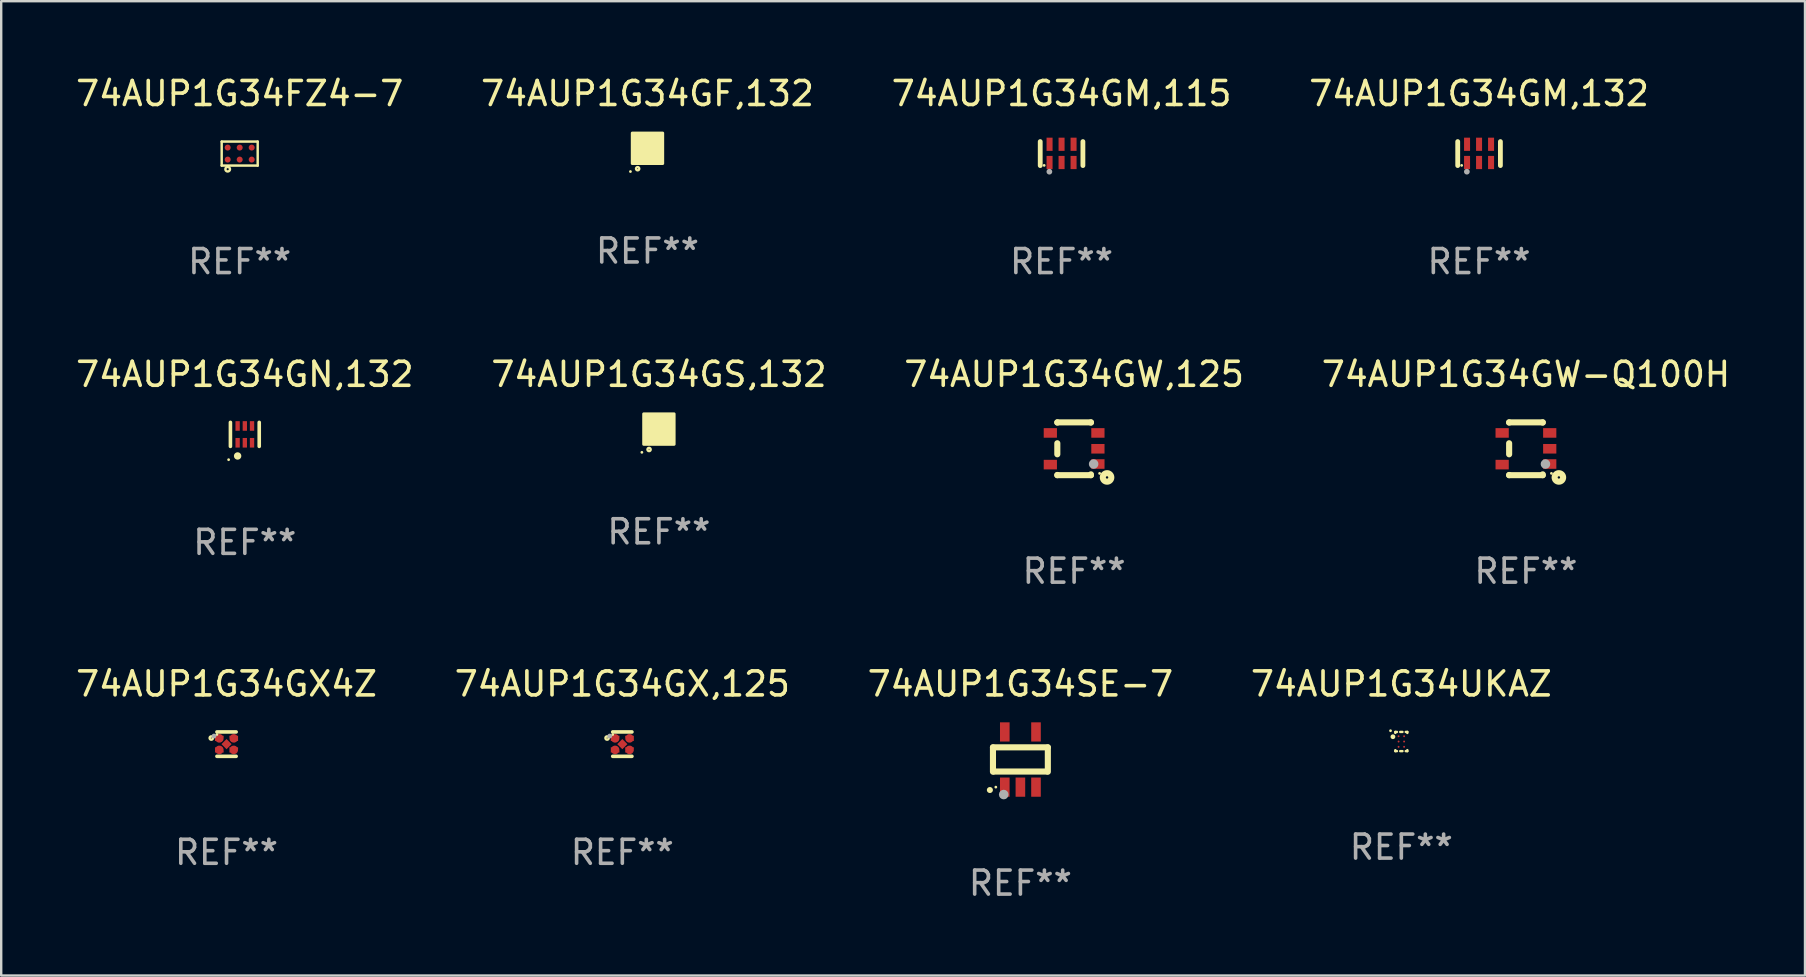
<source format=kicad_pcb>
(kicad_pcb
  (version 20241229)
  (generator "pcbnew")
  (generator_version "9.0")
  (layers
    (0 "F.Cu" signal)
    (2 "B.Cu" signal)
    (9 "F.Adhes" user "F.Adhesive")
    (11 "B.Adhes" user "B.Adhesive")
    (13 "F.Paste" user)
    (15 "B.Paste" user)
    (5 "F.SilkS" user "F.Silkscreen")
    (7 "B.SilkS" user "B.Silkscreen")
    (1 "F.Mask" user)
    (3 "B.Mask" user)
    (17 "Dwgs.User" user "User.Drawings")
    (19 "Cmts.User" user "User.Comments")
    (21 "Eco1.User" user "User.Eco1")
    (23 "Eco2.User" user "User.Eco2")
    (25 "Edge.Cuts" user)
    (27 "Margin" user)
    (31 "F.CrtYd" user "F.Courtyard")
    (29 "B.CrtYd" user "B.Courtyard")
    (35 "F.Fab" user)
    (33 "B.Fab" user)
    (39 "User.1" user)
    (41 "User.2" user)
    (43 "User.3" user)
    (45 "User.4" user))
  (footprint "74AUP1G34GN,132"
    (layer "F.Cu")
    (at 7.149 15.045)
    (property "Reference" "74AUP1G34GN,132" (at 0 -2.5 0) (layer "F.SilkS") (effects (font (size 1 1) (thickness 0.15))))
    (attr through_hole)
    (fp_line (start -0.6 -0.5) (end -0.6 0.5) (stroke (width 0.15) (type solid)) (layer "F.SilkS"))
    (fp_line (start 0.6 0.5) (end 0.6 -0.5) (stroke (width 0.15) (type solid)) (layer "F.SilkS"))
    (fp_circle (center -0.675 1.055) (end -0.645 1.055) (stroke (width 0.06) (type solid)) (fill no) (layer "F.SilkS"))
    (fp_circle (center -0.3 0.9) (end -0.22 0.9) (stroke (width 0.15) (type solid)) (fill no) (layer "F.SilkS"))
    (fp_text user "REF**" (at 0 4.5 0) (layer "F.Fab") (effects (font (size 1 1) (thickness 0.15))))
    (pad "1" smd rect (at -0.3 0.35) (size 0.18 0.4) (layers "F.Cu" "F.Mask" "F.Paste"))
    (pad "2" smd rect (at 0.000025 0.35) (size 0.18 0.4) (layers "F.Cu" "F.Mask" "F.Paste"))
    (pad "3" smd rect (at 0.3 0.35) (size 0.18 0.4) (layers "F.Cu" "F.Mask" "F.Paste"))
    (pad "4" smd rect (at 0.3 -0.35) (size 0.18 0.4) (layers "F.Cu" "F.Mask" "F.Paste"))
    (pad "5" smd rect (at 0.000025 -0.35) (size 0.18 0.4) (layers "F.Cu" "F.Mask" "F.Paste"))
    (pad "6" smd rect (at -0.3 -0.35) (size 0.18 0.4) (layers "F.Cu" "F.Mask" "F.Paste")))
  (footprint "74AUP1G34GW,125"
    (layer "F.Cu")
    (at 41.696 15.645)
    (property "Reference" "74AUP1G34GW,125" (at 0 -3.1 0) (layer "F.SilkS") (effects (font (size 1 1) (thickness 0.15))))
    (attr through_hole)
    (fp_line (start -0.7 -1.1) (end 0.7 -1.1) (stroke (width 0.254) (type solid)) (layer "F.SilkS"))
    (fp_line (start -0.7 -1.09) (end -0.7 -1.1) (stroke (width 0.254) (type solid)) (layer "F.SilkS"))
    (fp_line (start -0.7 0.23) (end -0.7 -0.23) (stroke (width 0.254) (type solid)) (layer "F.SilkS"))
    (fp_line (start -0.7 1.1) (end -0.7 1.09) (stroke (width 0.254) (type solid)) (layer "F.SilkS"))
    (fp_line (start -0.7 1.1) (end 0.7 1.1) (stroke (width 0.254) (type solid)) (layer "F.SilkS"))
    (fp_line (start 0.7 -1.09) (end 0.7 -1.1) (stroke (width 0.254) (type solid)) (layer "F.SilkS"))
    (fp_line (start 0.7 1.1) (end 0.7 1.065) (stroke (width 0.254) (type solid)) (layer "F.SilkS"))
    (fp_circle (center 1.062 1.025) (end 1.092 1.025) (stroke (width 0.06) (type solid)) (fill no) (layer "F.SilkS"))
    (fp_circle (center 1.372 1.194) (end 1.422 1.194) (stroke (width 0.254) (type solid)) (fill no) (layer "F.SilkS"))
    (fp_circle (center 0.813 0.635) (end 0.913 0.635) (stroke (width 0.2) (type solid)) (fill no) (layer "F.Fab"))
    (fp_text user "REF**" (at 0 5.1 0) (layer "F.Fab") (effects (font (size 1 1) (thickness 0.15))))
    (pad "1" smd rect (at 0.991 0.635 270) (size 0.399 0.551) (layers "F.Cu" "F.Mask" "F.Paste"))
    (pad "2" smd rect (at 0.991 0.000051 270) (size 0.399 0.551) (layers "F.Cu" "F.Mask" "F.Paste"))
    (pad "3" smd rect (at 0.991 -0.66 270) (size 0.399 0.551) (layers "F.Cu" "F.Mask" "F.Paste"))
    (pad "4" smd rect (at -0.991 -0.66 270) (size 0.399 0.551) (layers "F.Cu" "F.Mask" "F.Paste"))
    (pad "5" smd rect (at -0.991 0.66 270) (size 0.399 0.551) (layers "F.Cu" "F.Mask" "F.Paste")))
  (footprint "74AUP1G34GX4Z"
    (layer "F.Cu")
    (at 6.387 27.949)
    (property "Reference" "74AUP1G34GX4Z" (at 0 -2.508 0) (layer "F.SilkS") (effects (font (size 1 1) (thickness 0.15))))
    (attr through_hole)
    (fp_line (start 0.4 -0.508) (end -0.4 -0.508) (stroke (width 0.15) (type solid)) (layer "F.SilkS"))
    (fp_line (start 0.4 0.508) (end -0.4 0.508) (stroke (width 0.15) (type solid)) (layer "F.SilkS"))
    (fp_circle (center -0.635 -0.254) (end -0.615 -0.254) (stroke (width 0.1) (type solid)) (fill no) (layer "F.SilkS"))
    (fp_circle (center -0.401 -0.4) (end -0.371 -0.4) (stroke (width 0.06) (type solid)) (fill no) (layer "F.SilkS"))
    (fp_circle (center -0.523 -0.337) (end -0.473 -0.337) (stroke (width 0.1) (type solid)) (fill no) (layer "F.Fab"))
    (fp_text user "REF**" (at 0 4.508 0) (layer "F.Fab") (effects (font (size 1 1) (thickness 0.15))))
    (pad "1" smd custom (at -0.3 -0.24) (size 0.36 0.22) (layers "F.Cu" "F.Mask" "F.Paste") (options (anchor circle)) (primitives (gr_poly (pts (xy -0.18 -0.11) (xy -0.18 0.11) (xy 0.000127 0.11) (xy 0.18 -0.03) (xy 0.18 -0.11) (xy -0.18 -0.11)) (width 0) (fill yes))))
    (pad "2" smd custom (at -0.3 0.24) (size 0.36 0.22) (layers "F.Cu" "F.Mask" "F.Paste") (options (anchor circle)) (primitives (gr_poly (pts (xy -0.18 0.11) (xy -0.18 -0.11) (xy 0.000127 -0.11) (xy 0.18 0.03) (xy 0.18 0.11) (xy -0.18 0.11)) (width 0) (fill yes))))
    (pad "3" smd rect (at 0.000102 -0.000127 45) (size 0.3 0.3) (layers "F.Cu" "F.Mask" "F.Paste"))
    (pad "4" smd custom (at 0.3 0.24 180) (size 0.36 0.22) (layers "F.Cu" "F.Mask" "F.Paste") (options (anchor circle)) (primitives (gr_poly (pts (xy 0.18 0.11) (xy 0.18 -0.11) (xy -0.000178 -0.11) (xy -0.18 0.03) (xy -0.18 0.11) (xy 0.18 0.11)) (width 0) (fill yes))))
    (pad "5" smd custom (at 0.3 -0.24) (size 0.36 0.22) (layers "F.Cu" "F.Mask" "F.Paste") (options (anchor circle)) (primitives (gr_poly (pts (xy 0.18 -0.11) (xy 0.18 0.11) (xy -0.000152 0.11) (xy -0.18 -0.03) (xy -0.18 -0.11) (xy 0.18 -0.11)) (width 0) (fill yes)))))
  (footprint "74AUP1G34GM,115"
    (layer "F.Cu")
    (at 41.173 3.348)
    (property "Reference" "74AUP1G34GM,115" (at 0 -2.5 0) (layer "F.SilkS") (effects (font (size 1 1) (thickness 0.15))))
    (attr through_hole)
    (fp_line (start -0.889 0.5) (end -0.889 -0.5) (stroke (width 0.2) (type solid)) (layer "F.SilkS"))
    (fp_line (start 0.889 0.5) (end 0.889 -0.5) (stroke (width 0.2) (type solid)) (layer "F.SilkS"))
    (fp_circle (center -0.725 0.492) (end -0.695 0.492) (stroke (width 0.06) (type solid)) (fill no) (layer "F.SilkS"))
    (fp_circle (center -0.508 0.754) (end -0.448 0.754) (stroke (width 0.12) (type solid)) (fill no) (layer "F.Fab"))
    (fp_text user "REF**" (at 0 4.5 0) (layer "F.Fab") (effects (font (size 1 1) (thickness 0.15))))
    (pad "1" smd rect (at -0.5 0.372) (size 0.25 0.55) (layers "F.Cu" "F.Mask" "F.Paste"))
    (pad "2" smd rect (at -0.000127 0.372) (size 0.25 0.55) (layers "F.Cu" "F.Mask" "F.Paste"))
    (pad "3" smd rect (at 0.5 0.372) (size 0.25 0.55) (layers "F.Cu" "F.Mask" "F.Paste"))
    (pad "4" smd rect (at 0.5 -0.388 180) (size 0.25 0.55) (layers "F.Cu" "F.Mask" "F.Paste"))
    (pad "5" smd rect (at -0.000127 -0.388 180) (size 0.25 0.55) (layers "F.Cu" "F.Mask" "F.Paste"))
    (pad "6" smd rect (at -0.5 -0.388 180) (size 0.25 0.55) (layers "F.Cu" "F.Mask" "F.Paste")))
  (footprint "74AUP1G34GS,132"
    (layer "F.Cu")
    (at 24.399 14.825)
    (property "Reference" "74AUP1G34GS,132" (at 0 -2.28 0) (layer "F.SilkS") (effects (font (size 1 1) (thickness 0.15))))
    (attr through_hole)
    (fp_circle (center -0.71 0.968) (end -0.68 0.968) (stroke (width 0.06) (type solid)) (fill no) (layer "F.SilkS"))
    (fp_circle (center -0.41 0.85) (end -0.342 0.85) (stroke (width 0.1) (type solid)) (fill no) (layer "F.SilkS"))
    (fp_poly (pts (xy -0.635 -0.635) (xy 0.635 -0.635) (xy 0.635 0.635) (xy -0.635 0.635)) (stroke (width 0.12) (type solid)) (fill yes) (layer "F.SilkS"))
    (fp_text user "REF**" (at 0 4.28 0) (layer "F.Fab") (effects (font (size 1 1) (thickness 0.15))))
    (pad "1" smd rect (at -0.35 0.28 90) (size 0.35 0.2) (layers "F.Cu" "F.Mask" "F.Paste"))
    (pad "2" smd rect (at 0 0.28 90) (size 0.35 0.2) (layers "F.Cu" "F.Mask" "F.Paste"))
    (pad "3" smd rect (at 0.35 0.28 90) (size 0.35 0.2) (layers "F.Cu" "F.Mask" "F.Paste"))
    (pad "4" smd rect (at 0.35 -0.28 90) (size 0.35 0.2) (layers "F.Cu" "F.Mask" "F.Paste"))
    (pad "5" smd rect (at 0 -0.28 90) (size 0.35 0.2) (layers "F.Cu" "F.Mask" "F.Paste"))
    (pad "6" smd rect (at -0.35 -0.28 90) (size 0.35 0.2) (layers "F.Cu" "F.Mask" "F.Paste")))
  (footprint "74AUP1G34GX,125"
    (layer "F.Cu")
    (at 22.875 27.949)
    (property "Reference" "74AUP1G34GX,125" (at 0 -2.508 0) (layer "F.SilkS") (effects (font (size 1 1) (thickness 0.15))))
    (attr through_hole)
    (fp_line (start 0.4 -0.508) (end -0.4 -0.508) (stroke (width 0.15) (type solid)) (layer "F.SilkS"))
    (fp_line (start 0.4 0.508) (end -0.4 0.508) (stroke (width 0.15) (type solid)) (layer "F.SilkS"))
    (fp_circle (center -0.635 -0.254) (end -0.615 -0.254) (stroke (width 0.1) (type solid)) (fill no) (layer "F.SilkS"))
    (fp_circle (center -0.401 -0.4) (end -0.371 -0.4) (stroke (width 0.06) (type solid)) (fill no) (layer "F.SilkS"))
    (fp_circle (center -0.523 -0.337) (end -0.473 -0.337) (stroke (width 0.1) (type solid)) (fill no) (layer "F.Fab"))
    (fp_text user "REF**" (at 0 4.508 0) (layer "F.Fab") (effects (font (size 1 1) (thickness 0.15))))
    (pad "1" smd custom (at -0.3 -0.24) (size 0.36 0.22) (layers "F.Cu" "F.Mask" "F.Paste") (options (anchor circle)) (primitives (gr_poly (pts (xy -0.18 -0.11) (xy -0.18 0.11) (xy 0.000127 0.11) (xy 0.18 -0.03) (xy 0.18 -0.11) (xy -0.18 -0.11)) (width 0) (fill yes))))
    (pad "2" smd custom (at -0.3 0.24) (size 0.36 0.22) (layers "F.Cu" "F.Mask" "F.Paste") (options (anchor circle)) (primitives (gr_poly (pts (xy -0.18 0.11) (xy -0.18 -0.11) (xy 0.000127 -0.11) (xy 0.18 0.03) (xy 0.18 0.11) (xy -0.18 0.11)) (width 0) (fill yes))))
    (pad "3" smd rect (at 0.000102 -0.000127 45) (size 0.3 0.3) (layers "F.Cu" "F.Mask" "F.Paste"))
    (pad "4" smd custom (at 0.3 0.24 180) (size 0.36 0.22) (layers "F.Cu" "F.Mask" "F.Paste") (options (anchor circle)) (primitives (gr_poly (pts (xy 0.18 0.11) (xy 0.18 -0.11) (xy -0.000178 -0.11) (xy -0.18 0.03) (xy -0.18 0.11) (xy 0.18 0.11)) (width 0) (fill yes))))
    (pad "5" smd custom (at 0.3 -0.24) (size 0.36 0.22) (layers "F.Cu" "F.Mask" "F.Paste") (options (anchor circle)) (primitives (gr_poly (pts (xy 0.18 -0.11) (xy 0.18 0.11) (xy -0.000152 0.11) (xy -0.18 -0.03) (xy -0.18 -0.11) (xy 0.18 -0.11)) (width 0) (fill yes)))))
  (footprint "74AUP1G34UKAZ"
    (layer "F.Cu")
    (at 55.327 27.841)
    (property "Reference" "74AUP1G34UKAZ" (at 0 -2.4 0) (layer "F.SilkS") (effects (font (size 1 1) (thickness 0.15))))
    (attr through_hole)
    (fp_line (start -0.25 -0.4) (end -0.183 -0.4) (stroke (width 0.1) (type solid)) (layer "F.SilkS"))
    (fp_line (start -0.25 -0.359) (end -0.25 -0.4) (stroke (width 0.1) (type solid)) (layer "F.SilkS"))
    (fp_line (start -0.25 0.4) (end -0.25 0.359) (stroke (width 0.1) (type solid)) (layer "F.SilkS"))
    (fp_line (start -0.183 0.4) (end -0.25 0.4) (stroke (width 0.1) (type solid)) (layer "F.SilkS"))
    (fp_line (start -0.047 -0.4) (end 0.047 -0.4) (stroke (width 0.1) (type solid)) (layer "F.SilkS"))
    (fp_line (start 0.047 0.4) (end -0.047 0.4) (stroke (width 0.1) (type solid)) (layer "F.SilkS"))
    (fp_line (start 0.183 -0.4) (end 0.25 -0.4) (stroke (width 0.1) (type solid)) (layer "F.SilkS"))
    (fp_line (start 0.25 -0.4) (end 0.25 -0.358) (stroke (width 0.1) (type solid)) (layer "F.SilkS"))
    (fp_line (start 0.25 0.358) (end 0.25 0.4) (stroke (width 0.1) (type solid)) (layer "F.SilkS"))
    (fp_line (start 0.25 0.4) (end 0.183 0.4) (stroke (width 0.1) (type solid)) (layer "F.SilkS"))
    (fp_circle (center -0.45 -0.45) (end -0.42 -0.45) (stroke (width 0.06) (type solid)) (fill no) (layer "F.SilkS"))
    (fp_circle (center -0.35 -0.2) (end -0.3 -0.2) (stroke (width 0.1) (type solid)) (fill no) (layer "F.SilkS"))
    (fp_text user "REF**" (at 0 4.4 0) (layer "F.Fab") (effects (font (size 1 1) (thickness 0.15))))
    (pad "A1" smd circle (at -0.115 -0.22) (size 0.08 0.08) (layers "F.Cu" "F.Mask" "F.Paste"))
    (pad "A2" smd circle (at 0.115 -0.22) (size 0.08 0.08) (layers "F.Cu" "F.Mask" "F.Paste"))
    (pad "B1" smd circle (at -0.115 0) (size 0.08 0.08) (layers "F.Cu" "F.Mask" "F.Paste"))
    (pad "B2" smd circle (at 0.115 0) (size 0.08 0.08) (layers "F.Cu" "F.Mask" "F.Paste"))
    (pad "C1" smd circle (at -0.115 0.22) (size 0.08 0.08) (layers "F.Cu" "F.Mask" "F.Paste"))
    (pad "C2" smd circle (at 0.115 0.22) (size 0.08 0.08) (layers "F.Cu" "F.Mask" "F.Paste")))
  (footprint "74AUP1G34GW-Q100H"
    (layer "F.Cu")
    (at 60.518 15.645)
    (property "Reference" "74AUP1G34GW-Q100H" (at 0 -3.1 0) (layer "F.SilkS") (effects (font (size 1 1) (thickness 0.15))))
    (attr through_hole)
    (fp_line (start -0.7 -1.1) (end 0.7 -1.1) (stroke (width 0.254) (type solid)) (layer "F.SilkS"))
    (fp_line (start -0.7 -1.09) (end -0.7 -1.1) (stroke (width 0.254) (type solid)) (layer "F.SilkS"))
    (fp_line (start -0.7 0.23) (end -0.7 -0.23) (stroke (width 0.254) (type solid)) (layer "F.SilkS"))
    (fp_line (start -0.7 1.1) (end -0.7 1.09) (stroke (width 0.254) (type solid)) (layer "F.SilkS"))
    (fp_line (start -0.7 1.1) (end 0.7 1.1) (stroke (width 0.254) (type solid)) (layer "F.SilkS"))
    (fp_line (start 0.7 -1.09) (end 0.7 -1.1) (stroke (width 0.254) (type solid)) (layer "F.SilkS"))
    (fp_line (start 0.7 1.1) (end 0.7 1.065) (stroke (width 0.254) (type solid)) (layer "F.SilkS"))
    (fp_circle (center 1.062 1.025) (end 1.092 1.025) (stroke (width 0.06) (type solid)) (fill no) (layer "F.SilkS"))
    (fp_circle (center 1.372 1.194) (end 1.422 1.194) (stroke (width 0.254) (type solid)) (fill no) (layer "F.SilkS"))
    (fp_circle (center 0.813 0.635) (end 0.913 0.635) (stroke (width 0.2) (type solid)) (fill no) (layer "F.Fab"))
    (fp_text user "REF**" (at 0 5.1 0) (layer "F.Fab") (effects (font (size 1 1) (thickness 0.15))))
    (pad "1" smd rect (at 0.991 0.635 270) (size 0.399 0.551) (layers "F.Cu" "F.Mask" "F.Paste"))
    (pad "2" smd rect (at 0.991 0.000051 270) (size 0.399 0.551) (layers "F.Cu" "F.Mask" "F.Paste"))
    (pad "3" smd rect (at 0.991 -0.66 270) (size 0.399 0.551) (layers "F.Cu" "F.Mask" "F.Paste"))
    (pad "4" smd rect (at -0.991 -0.66 270) (size 0.399 0.551) (layers "F.Cu" "F.Mask" "F.Paste"))
    (pad "5" smd rect (at -0.991 0.66 270) (size 0.399 0.551) (layers "F.Cu" "F.Mask" "F.Paste")))
  (footprint "74AUP1G34SE-7"
    (layer "F.Cu")
    (at 39.458 28.591)
    (property "Reference" "74AUP1G34SE-7" (at 0 -3.15 0) (layer "F.SilkS") (effects (font (size 1 1) (thickness 0.15))))
    (attr through_hole)
    (fp_line (start -1.143 -0.508) (end -1.143 0.508) (stroke (width 0.254) (type solid)) (layer "F.SilkS"))
    (fp_line (start -1.1 0.5) (end 1.1 0.5) (stroke (width 0.254) (type solid)) (layer "F.SilkS"))
    (fp_line (start 1.143 -0.508) (end -1.143 -0.508) (stroke (width 0.254) (type solid)) (layer "F.SilkS"))
    (fp_line (start 1.143 0.508) (end 1.143 -0.508) (stroke (width 0.254) (type solid)) (layer "F.SilkS"))
    (fp_arc (start -1.272543 1.26999) (mid -1.271273 1.269983) (end -1.270003 1.26999) (stroke (width 0.24892) (type solid)) (layer "F.SilkS"))
    (fp_circle (center -1.024 1.149) (end -0.994 1.149) (stroke (width 0.06) (type solid)) (fill no) (layer "F.SilkS"))
    (fp_circle (center -0.695 1.459) (end -0.595 1.459) (stroke (width 0.2) (type solid)) (fill no) (layer "F.Fab"))
    (fp_text user "REF**" (at 0 5.15 0) (layer "F.Fab") (effects (font (size 1 1) (thickness 0.15))))
    (pad "1" smd rect (at -0.65 1.15) (size 0.4 0.8) (layers "F.Cu" "F.Mask" "F.Paste"))
    (pad "2" smd rect (at 0 1.15) (size 0.4 0.8) (layers "F.Cu" "F.Mask" "F.Paste"))
    (pad "3" smd rect (at 0.65 1.15) (size 0.4 0.8) (layers "F.Cu" "F.Mask" "F.Paste"))
    (pad "4" smd rect (at 0.65 -1.15) (size 0.4 0.8) (layers "F.Cu" "F.Mask" "F.Paste"))
    (pad "5" smd rect (at -0.65 -1.15) (size 0.4 0.8) (layers "F.Cu" "F.Mask" "F.Paste")))
  (footprint "74AUP1G34GM,132"
    (layer "F.Cu")
    (at 58.565 3.348)
    (property "Reference" "74AUP1G34GM,132" (at 0 -2.5 0) (layer "F.SilkS") (effects (font (size 1 1) (thickness 0.15))))
    (attr through_hole)
    (fp_line (start -0.889 0.5) (end -0.889 -0.5) (stroke (width 0.2) (type solid)) (layer "F.SilkS"))
    (fp_line (start 0.889 0.5) (end 0.889 -0.5) (stroke (width 0.2) (type solid)) (layer "F.SilkS"))
    (fp_circle (center -0.725 0.492) (end -0.695 0.492) (stroke (width 0.06) (type solid)) (fill no) (layer "F.SilkS"))
    (fp_circle (center -0.508 0.754) (end -0.448 0.754) (stroke (width 0.12) (type solid)) (fill no) (layer "F.Fab"))
    (fp_text user "REF**" (at 0 4.5 0) (layer "F.Fab") (effects (font (size 1 1) (thickness 0.15))))
    (pad "1" smd rect (at -0.5 0.372) (size 0.25 0.55) (layers "F.Cu" "F.Mask" "F.Paste"))
    (pad "2" smd rect (at -0.000127 0.372) (size 0.25 0.55) (layers "F.Cu" "F.Mask" "F.Paste"))
    (pad "3" smd rect (at 0.5 0.372) (size 0.25 0.55) (layers "F.Cu" "F.Mask" "F.Paste"))
    (pad "4" smd rect (at 0.5 -0.388 180) (size 0.25 0.55) (layers "F.Cu" "F.Mask" "F.Paste"))
    (pad "5" smd rect (at -0.000127 -0.388 180) (size 0.25 0.55) (layers "F.Cu" "F.Mask" "F.Paste"))
    (pad "6" smd rect (at -0.5 -0.388 180) (size 0.25 0.55) (layers "F.Cu" "F.Mask" "F.Paste")))
  (footprint "74AUP1G34GF,132"
    (layer "F.Cu")
    (at 23.923 3.128)
    (property "Reference" "74AUP1G34GF,132" (at 0 -2.28 0) (layer "F.SilkS") (effects (font (size 1 1) (thickness 0.15))))
    (attr through_hole)
    (fp_circle (center -0.71 0.968) (end -0.68 0.968) (stroke (width 0.06) (type solid)) (fill no) (layer "F.SilkS"))
    (fp_circle (center -0.41 0.85) (end -0.342 0.85) (stroke (width 0.1) (type solid)) (fill no) (layer "F.SilkS"))
    (fp_poly (pts (xy -0.635 -0.635) (xy 0.635 -0.635) (xy 0.635 0.635) (xy -0.635 0.635)) (stroke (width 0.12) (type solid)) (fill yes) (layer "F.SilkS"))
    (fp_text user "REF**" (at 0 4.28 0) (layer "F.Fab") (effects (font (size 1 1) (thickness 0.15))))
    (pad "1" smd rect (at -0.35 0.28 90) (size 0.35 0.2) (layers "F.Cu" "F.Mask" "F.Paste"))
    (pad "2" smd rect (at 0 0.28 90) (size 0.35 0.2) (layers "F.Cu" "F.Mask" "F.Paste"))
    (pad "3" smd rect (at 0.35 0.28 90) (size 0.35 0.2) (layers "F.Cu" "F.Mask" "F.Paste"))
    (pad "4" smd rect (at 0.35 -0.28 90) (size 0.35 0.2) (layers "F.Cu" "F.Mask" "F.Paste"))
    (pad "5" smd rect (at 0 -0.28 90) (size 0.35 0.2) (layers "F.Cu" "F.Mask" "F.Paste"))
    (pad "6" smd rect (at -0.35 -0.28 90) (size 0.35 0.2) (layers "F.Cu" "F.Mask" "F.Paste")))
  (footprint "74AUP1G34FZ4-7"
    (layer "F.Cu")
    (at 6.935 3.348)
    (property "Reference" "74AUP1G34FZ4-7" (at 0 -2.5 0) (layer "F.SilkS") (effects (font (size 1 1) (thickness 0.15))))
    (attr through_hole)
    (fp_line (start -0.75 -0.5) (end 0.75 -0.5) (stroke (width 0.102) (type solid)) (layer "F.SilkS"))
    (fp_line (start -0.75 0.5) (end -0.75 -0.5) (stroke (width 0.102) (type solid)) (layer "F.SilkS"))
    (fp_line (start -0.75 0.5) (end 0.75 0.5) (stroke (width 0.102) (type solid)) (layer "F.SilkS"))
    (fp_line (start 0.75 -0.5) (end 0.75 0.5) (stroke (width 0.102) (type solid)) (layer "F.SilkS"))
    (fp_circle (center -0.5 0.65) (end -0.455 0.65) (stroke (width 0.102) (type solid)) (fill no) (layer "F.SilkS"))
    (fp_text user "REF**" (at 0 4.5 0) (layer "F.Fab") (effects (font (size 1 1) (thickness 0.15))))
    (pad "1" smd circle (at -0.5 0.25) (size 0.25 0.25) (layers "F.Cu" "F.Mask" "F.Paste"))
    (pad "2" smd circle (at 0 0.25) (size 0.25 0.25) (layers "F.Cu" "F.Mask" "F.Paste"))
    (pad "3" smd circle (at 0.5 0.25) (size 0.25 0.25) (layers "F.Cu" "F.Mask" "F.Paste"))
    (pad "4" smd circle (at 0.5 -0.25) (size 0.25 0.25) (layers "F.Cu" "F.Mask" "F.Paste"))
    (pad "5" smd circle (at 0 -0.25) (size 0.25 0.25) (layers "F.Cu" "F.Mask" "F.Paste"))
    (pad "6" smd circle (at -0.5 -0.25) (size 0.25 0.25) (layers "F.Cu" "F.Mask" "F.Paste")))
  (gr_rect
    (start -3 -3)
    (end 72.143 37.59)
    (stroke (width 0.1) (type default))
    (fill no)
    (layer "Edge.Cuts")))
</source>
